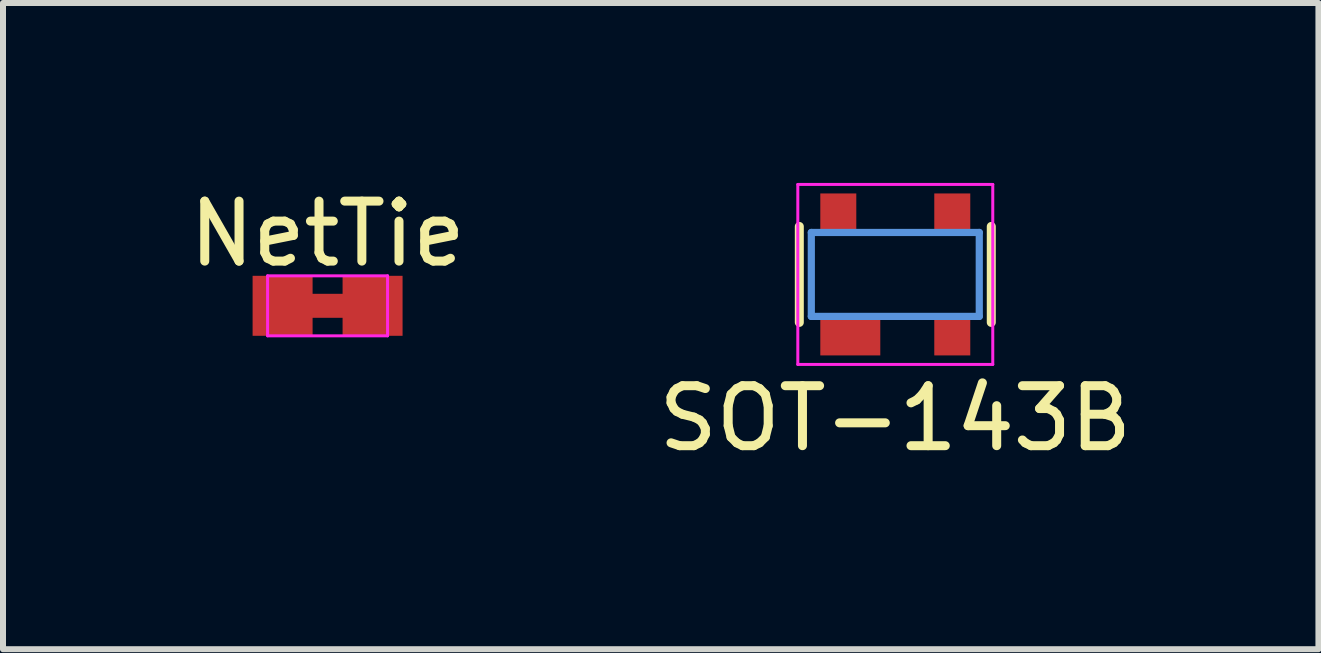
<source format=kicad_pcb>
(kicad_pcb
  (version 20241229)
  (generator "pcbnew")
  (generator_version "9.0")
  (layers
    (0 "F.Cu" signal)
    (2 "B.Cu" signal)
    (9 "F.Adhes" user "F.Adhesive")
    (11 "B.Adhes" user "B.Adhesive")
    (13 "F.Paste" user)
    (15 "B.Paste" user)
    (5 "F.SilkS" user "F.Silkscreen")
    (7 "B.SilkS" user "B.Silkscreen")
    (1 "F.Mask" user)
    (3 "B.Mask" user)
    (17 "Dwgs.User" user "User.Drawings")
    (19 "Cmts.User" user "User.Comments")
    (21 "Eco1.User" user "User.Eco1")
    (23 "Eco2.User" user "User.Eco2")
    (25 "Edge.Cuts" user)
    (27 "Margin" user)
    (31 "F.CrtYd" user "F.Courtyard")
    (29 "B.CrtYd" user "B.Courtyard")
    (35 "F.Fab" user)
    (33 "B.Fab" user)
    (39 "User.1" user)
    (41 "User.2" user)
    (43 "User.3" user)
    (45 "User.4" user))
  (footprint "NetTie"
    (layer "F.Cu")
    (at 2.411 2.048)
    (property "Reference" "NetTie" (at 0 -1.2 0) (layer "F.SilkS") (effects (font (size 1 1) (thickness 0.15))))
    (attr exclude_from_pos_files exclude_from_bom)
    (fp_poly (pts (xy 0.3 0.2) (xy -0.3 0.2) (xy -0.3 -0.2) (xy 0.3 -0.2)) (stroke (width 0) (type solid)) (fill yes) (layer "F.Cu"))
    (fp_poly (pts (xy 0.3 0.5) (xy -0.3 0.5) (xy -0.3 -0.5) (xy 0.3 -0.5)) (stroke (width 0) (type solid)) (fill yes) (layer "F.Mask"))
    (fp_line (start -1 -0.5) (end -1 0.5) (stroke (width 0.05) (type solid)) (layer "F.CrtYd"))
    (fp_line (start -1 0.5) (end 1 0.5) (stroke (width 0.05) (type solid)) (layer "F.CrtYd"))
    (fp_line (start 1 -0.5) (end -1 -0.5) (stroke (width 0.05) (type solid)) (layer "F.CrtYd"))
    (fp_line (start 1 0.5) (end 1 -0.5) (stroke (width 0.05) (type solid)) (layer "F.CrtYd"))
    (pad "1" smd rect (at -0.75 0) (size 1 1) (layers "F.Cu" "F.Mask"))
    (pad "2" smd rect (at 0.75 0) (size 1 1) (layers "F.Cu" "F.Mask")))
  (footprint "SOT-143B"
    (layer "F.Cu")
    (at 11.875 1.525)
    (property "Reference" "SOT-143B" (at 0 2.4 0) (layer "F.SilkS") (effects (font (size 1 1) (thickness 0.15))))
    (attr through_hole)
    (fp_line (start -1.6 -0.8) (end -1.6 0.8) (stroke (width 0.15) (type solid)) (layer "F.SilkS"))
    (fp_line (start 1.6 -0.8) (end 1.6 0.8) (stroke (width 0.15) (type solid)) (layer "F.SilkS"))
    (fp_line (start -1.4 -0.7) (end -1.4 0.7) (stroke (width 0.12) (type solid)) (layer "Cmts.User"))
    (fp_line (start -1.4 0.7) (end 1.4 0.7) (stroke (width 0.12) (type solid)) (layer "Cmts.User"))
    (fp_line (start 1.4 -0.7) (end -1.4 -0.7) (stroke (width 0.12) (type solid)) (layer "Cmts.User"))
    (fp_line (start 1.4 0.7) (end 1.4 -0.7) (stroke (width 0.12) (type solid)) (layer "Cmts.User"))
    (fp_line (start -1.625 -1.5) (end -1.625 1.5) (stroke (width 0.05) (type solid)) (layer "F.CrtYd"))
    (fp_line (start -1.625 1.5) (end 1.625 1.5) (stroke (width 0.05) (type solid)) (layer "F.CrtYd"))
    (fp_line (start 1.625 -1.5) (end -1.625 -1.5) (stroke (width 0.05) (type solid)) (layer "F.CrtYd"))
    (fp_line (start 1.625 1.5) (end 1.625 -1.5) (stroke (width 0.05) (type solid)) (layer "F.CrtYd"))
    (pad "1" smd rect (at -0.75 1) (size 1 0.7) (layers "F.Cu" "F.Mask" "F.Paste"))
    (pad "2" smd rect (at 0.95 1) (size 0.6 0.7) (layers "F.Cu" "F.Mask" "F.Paste"))
    (pad "3" smd rect (at 0.95 -1) (size 0.6 0.7) (layers "F.Cu" "F.Mask" "F.Paste"))
    (pad "4" smd rect (at -0.95 -1) (size 0.6 0.7) (layers "F.Cu" "F.Mask" "F.Paste")))
  (gr_rect
    (start -3 -3)
    (end 18.929 7.773)
    (stroke (width 0.1) (type default))
    (fill no)
    (layer "Edge.Cuts")))
</source>
